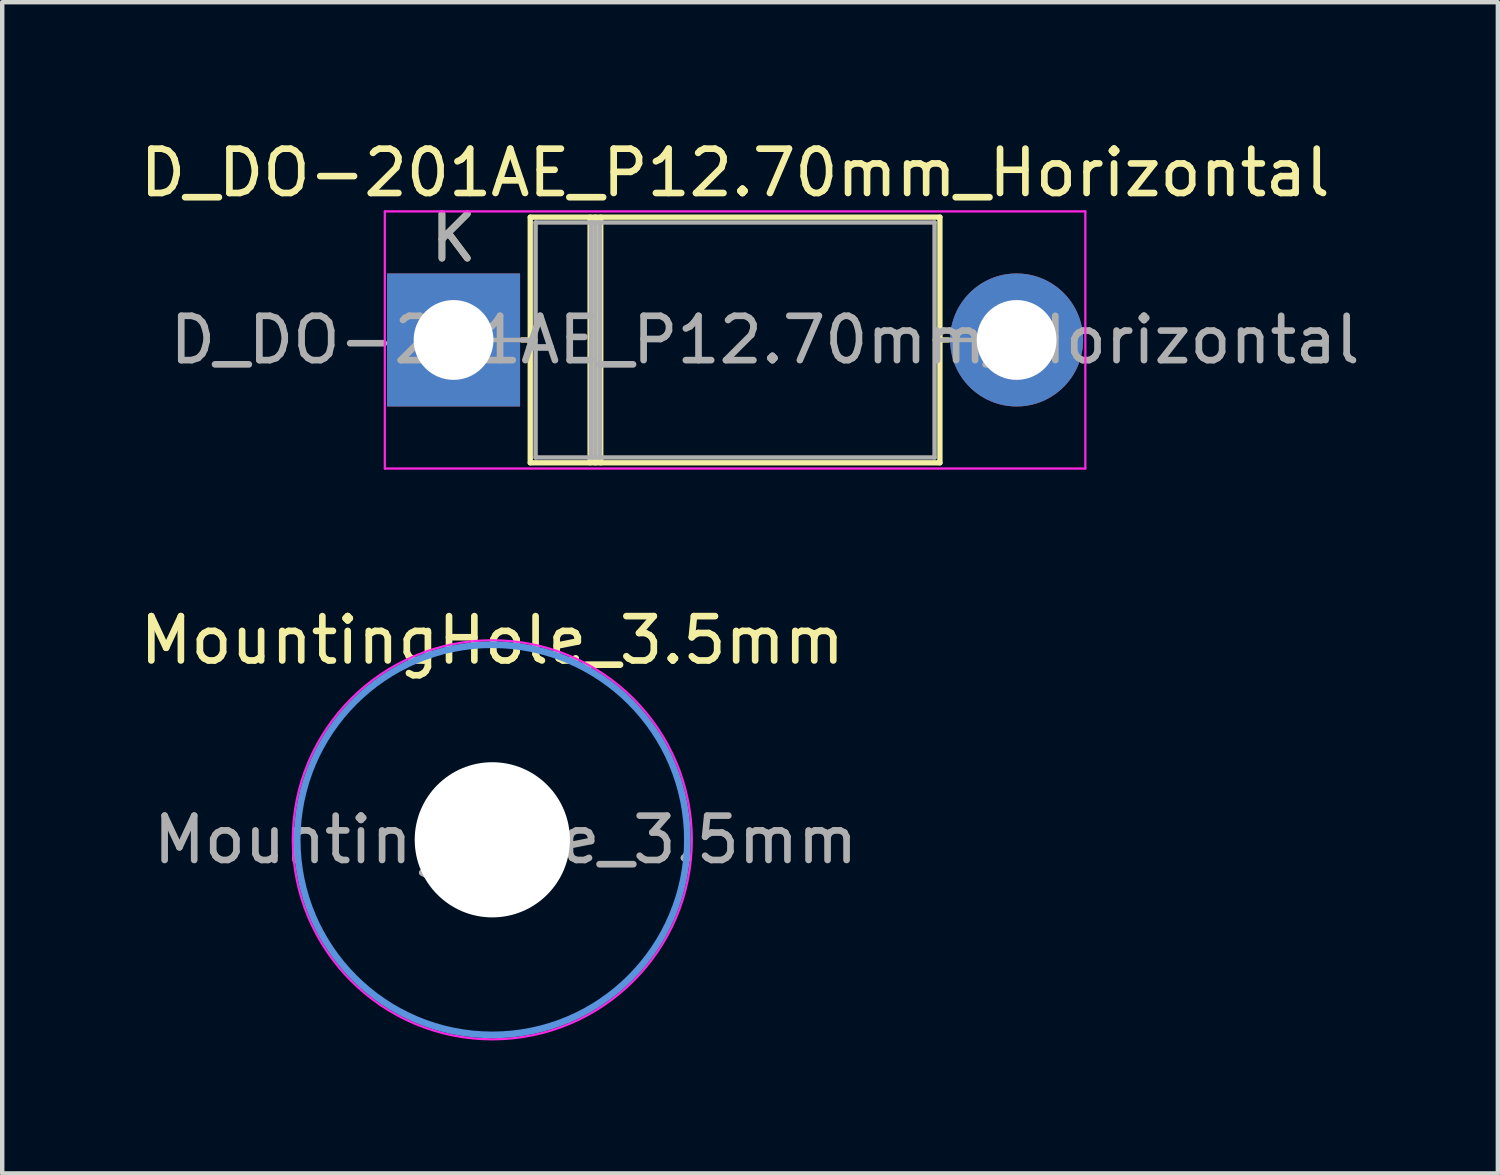
<source format=kicad_pcb>
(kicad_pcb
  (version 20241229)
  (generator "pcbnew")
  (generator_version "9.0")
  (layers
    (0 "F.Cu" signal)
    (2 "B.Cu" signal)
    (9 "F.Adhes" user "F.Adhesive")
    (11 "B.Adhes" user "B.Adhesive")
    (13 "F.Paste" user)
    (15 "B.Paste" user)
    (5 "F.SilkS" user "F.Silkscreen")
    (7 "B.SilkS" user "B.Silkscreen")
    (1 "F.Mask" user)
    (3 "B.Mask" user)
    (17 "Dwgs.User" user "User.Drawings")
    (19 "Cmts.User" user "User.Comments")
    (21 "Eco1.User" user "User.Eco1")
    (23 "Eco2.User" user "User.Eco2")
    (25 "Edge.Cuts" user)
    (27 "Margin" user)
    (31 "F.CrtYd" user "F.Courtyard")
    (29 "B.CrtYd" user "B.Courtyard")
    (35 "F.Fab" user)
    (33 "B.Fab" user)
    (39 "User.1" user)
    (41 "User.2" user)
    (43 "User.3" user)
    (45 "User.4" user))
  (footprint "MountingHole_3.5mm"
    (layer "F.Cu")
    (at 8.054 15.892)
    (property "Reference" "MountingHole_3.5mm" (at 0 -4.5 0) (layer "F.SilkS") (effects (font (size 1 1) (thickness 0.15))))
    (attr exclude_from_pos_files exclude_from_bom)
    (fp_circle (center 0 0) (end 4.4 0) (stroke (width 0.15) (type solid)) (fill no) (layer "Cmts.User"))
    (fp_circle (center 0 0) (end 4.5 0) (stroke (width 0.05) (type solid)) (fill no) (layer "F.CrtYd"))
    (fp_text user "${REFERENCE}" (at 0.3 0 0) (layer "F.Fab") (effects (font (size 1 1) (thickness 0.15))))
    (pad "" np_thru_hole circle (at 0 0) (size 3.5 3.5) (drill 3.5) (layers "*.Cu" "*.Mask")))
  (footprint "D_DO-201AE_P12.70mm_Horizontal"
    (layer "F.Cu")
    (at 7.18 4.618)
    (property "Reference" "D_DO-201AE_P12.70mm_Horizontal" (at 6.35 -3.77 0) (layer "F.SilkS") (effects (font (size 1 1) (thickness 0.15))))
    (attr through_hole)
    (fp_line (start 1.54 0) (end 1.73 0) (stroke (width 0.12) (type solid)) (layer "F.SilkS"))
    (fp_line (start 1.73 -2.77) (end 1.73 2.77) (stroke (width 0.12) (type solid)) (layer "F.SilkS"))
    (fp_line (start 1.73 2.77) (end 10.97 2.77) (stroke (width 0.12) (type solid)) (layer "F.SilkS"))
    (fp_line (start 3.08 -2.77) (end 3.08 2.77) (stroke (width 0.12) (type solid)) (layer "F.SilkS"))
    (fp_line (start 3.2 -2.77) (end 3.2 2.77) (stroke (width 0.12) (type solid)) (layer "F.SilkS"))
    (fp_line (start 3.32 -2.77) (end 3.32 2.77) (stroke (width 0.12) (type solid)) (layer "F.SilkS"))
    (fp_line (start 10.97 -2.77) (end 1.73 -2.77) (stroke (width 0.12) (type solid)) (layer "F.SilkS"))
    (fp_line (start 10.97 2.77) (end 10.97 -2.77) (stroke (width 0.12) (type solid)) (layer "F.SilkS"))
    (fp_line (start 11.16 0) (end 10.97 0) (stroke (width 0.12) (type solid)) (layer "F.SilkS"))
    (fp_line (start -1.55 -2.9) (end -1.55 2.9) (stroke (width 0.05) (type solid)) (layer "F.CrtYd"))
    (fp_line (start -1.55 2.9) (end 14.25 2.9) (stroke (width 0.05) (type solid)) (layer "F.CrtYd"))
    (fp_line (start 14.25 -2.9) (end -1.55 -2.9) (stroke (width 0.05) (type solid)) (layer "F.CrtYd"))
    (fp_line (start 14.25 2.9) (end 14.25 -2.9) (stroke (width 0.05) (type solid)) (layer "F.CrtYd"))
    (fp_line (start 0 0) (end 1.85 0) (stroke (width 0.1) (type solid)) (layer "F.Fab"))
    (fp_line (start 1.85 -2.65) (end 1.85 2.65) (stroke (width 0.1) (type solid)) (layer "F.Fab"))
    (fp_line (start 1.85 2.65) (end 10.85 2.65) (stroke (width 0.1) (type solid)) (layer "F.Fab"))
    (fp_line (start 3.1 -2.65) (end 3.1 2.65) (stroke (width 0.1) (type solid)) (layer "F.Fab"))
    (fp_line (start 3.2 -2.65) (end 3.2 2.65) (stroke (width 0.1) (type solid)) (layer "F.Fab"))
    (fp_line (start 3.3 -2.65) (end 3.3 2.65) (stroke (width 0.1) (type solid)) (layer "F.Fab"))
    (fp_line (start 10.85 -2.65) (end 1.85 -2.65) (stroke (width 0.1) (type solid)) (layer "F.Fab"))
    (fp_line (start 10.85 2.65) (end 10.85 -2.65) (stroke (width 0.1) (type solid)) (layer "F.Fab"))
    (fp_line (start 12.7 0) (end 10.85 0) (stroke (width 0.1) (type solid)) (layer "F.Fab"))
    (fp_text user "K" (at 0 -2.3 0) (layer "F.SilkS") (effects (font (size 1 1) (thickness 0.15))))
    (fp_text user "K" (at 0 -2.3 0) (layer "F.Fab") (effects (font (size 1 1) (thickness 0.15))))
    (fp_text user "${REFERENCE}" (at 7.025 0 0) (layer "F.Fab") (effects (font (size 1 1) (thickness 0.15))))
    (pad "1" thru_hole rect (at 0 0) (size 3 3) (drill 1.8) (layers "*.Cu" "*.Mask"))
    (pad "2" thru_hole oval (at 12.7 0) (size 3 3) (drill 1.8) (layers "*.Cu" "*.Mask")))
  (gr_rect
    (start -3 -3)
    (end 30.735 23.416)
    (stroke (width 0.1) (type default))
    (fill no)
    (layer "Edge.Cuts")))
</source>
